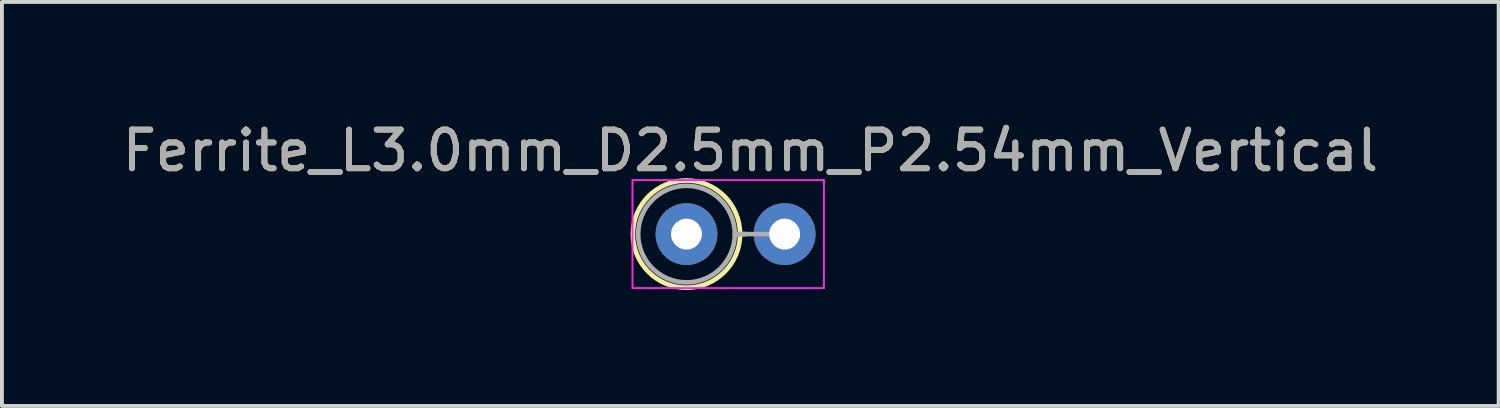
<source format=kicad_pcb>
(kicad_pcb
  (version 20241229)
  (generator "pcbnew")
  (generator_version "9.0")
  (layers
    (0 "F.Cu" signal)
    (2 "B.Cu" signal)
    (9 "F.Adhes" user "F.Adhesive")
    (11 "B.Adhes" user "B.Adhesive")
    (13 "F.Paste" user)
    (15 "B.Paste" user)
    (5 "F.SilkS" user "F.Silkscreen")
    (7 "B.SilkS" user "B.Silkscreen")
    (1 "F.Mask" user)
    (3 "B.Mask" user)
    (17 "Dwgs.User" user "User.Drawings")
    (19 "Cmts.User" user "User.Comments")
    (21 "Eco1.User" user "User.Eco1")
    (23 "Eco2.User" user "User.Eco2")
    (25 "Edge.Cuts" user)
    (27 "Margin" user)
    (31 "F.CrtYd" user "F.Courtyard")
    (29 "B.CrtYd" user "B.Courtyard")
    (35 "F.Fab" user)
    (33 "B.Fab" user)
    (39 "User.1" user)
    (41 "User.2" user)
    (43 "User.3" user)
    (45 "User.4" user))
  (footprint "Ferrite_L3.0mm_D2.5mm_P2.54mm_Vertical"
    (layer "F.Cu")
    (at 14.712 3.007)
    (property "Reference" "Ferrite_L3.0mm_D2.5mm_P2.54mm_Vertical" (at 1.651 -2.159 0) (layer "F.SilkS") (effects (font (size 1 1) (thickness 0.15))))
    (fp_line (start 1.387 0) (end 1.524 0) (stroke (width 0.12) (type solid)) (layer "F.SilkS"))
    (fp_circle (center 0 0) (end 1.387 0) (stroke (width 0.12) (type solid)) (fill no) (layer "F.SilkS"))
    (fp_line (start -1.397 -1.397) (end 3.556 -1.397) (stroke (width 0.05) (type solid)) (layer "F.CrtYd"))
    (fp_line (start -1.397 1.397) (end -1.397 -1.397) (stroke (width 0.05) (type solid)) (layer "F.CrtYd"))
    (fp_line (start 3.556 -1.397) (end 3.556 1.397) (stroke (width 0.05) (type solid)) (layer "F.CrtYd"))
    (fp_line (start 3.556 1.397) (end -1.397 1.397) (stroke (width 0.05) (type solid)) (layer "F.CrtYd"))
    (fp_line (start 1.25 0) (end 2.54 0) (stroke (width 0.12) (type solid)) (layer "F.Fab"))
    (fp_circle (center 0 0) (end 1.25 0) (stroke (width 0.12) (type solid)) (fill no) (layer "F.Fab"))
    (fp_text user "${REFERENCE}" (at 1.651 -2.158 0) (layer "F.Fab") (effects (font (size 1 1) (thickness 0.15))))
    (pad "1" thru_hole circle (at 0 0) (size 1.6 1.6) (drill 0.8) (layers "*.Cu" "*.Mask"))
    (pad "2" thru_hole circle (at 2.54 0) (size 1.6 1.6) (drill 0.8) (layers "*.Cu" "*.Mask")))
  (gr_rect
    (start -3 -3)
    (end 35.726 7.454)
    (stroke (width 0.1) (type default))
    (fill no)
    (layer "Edge.Cuts")))
</source>
